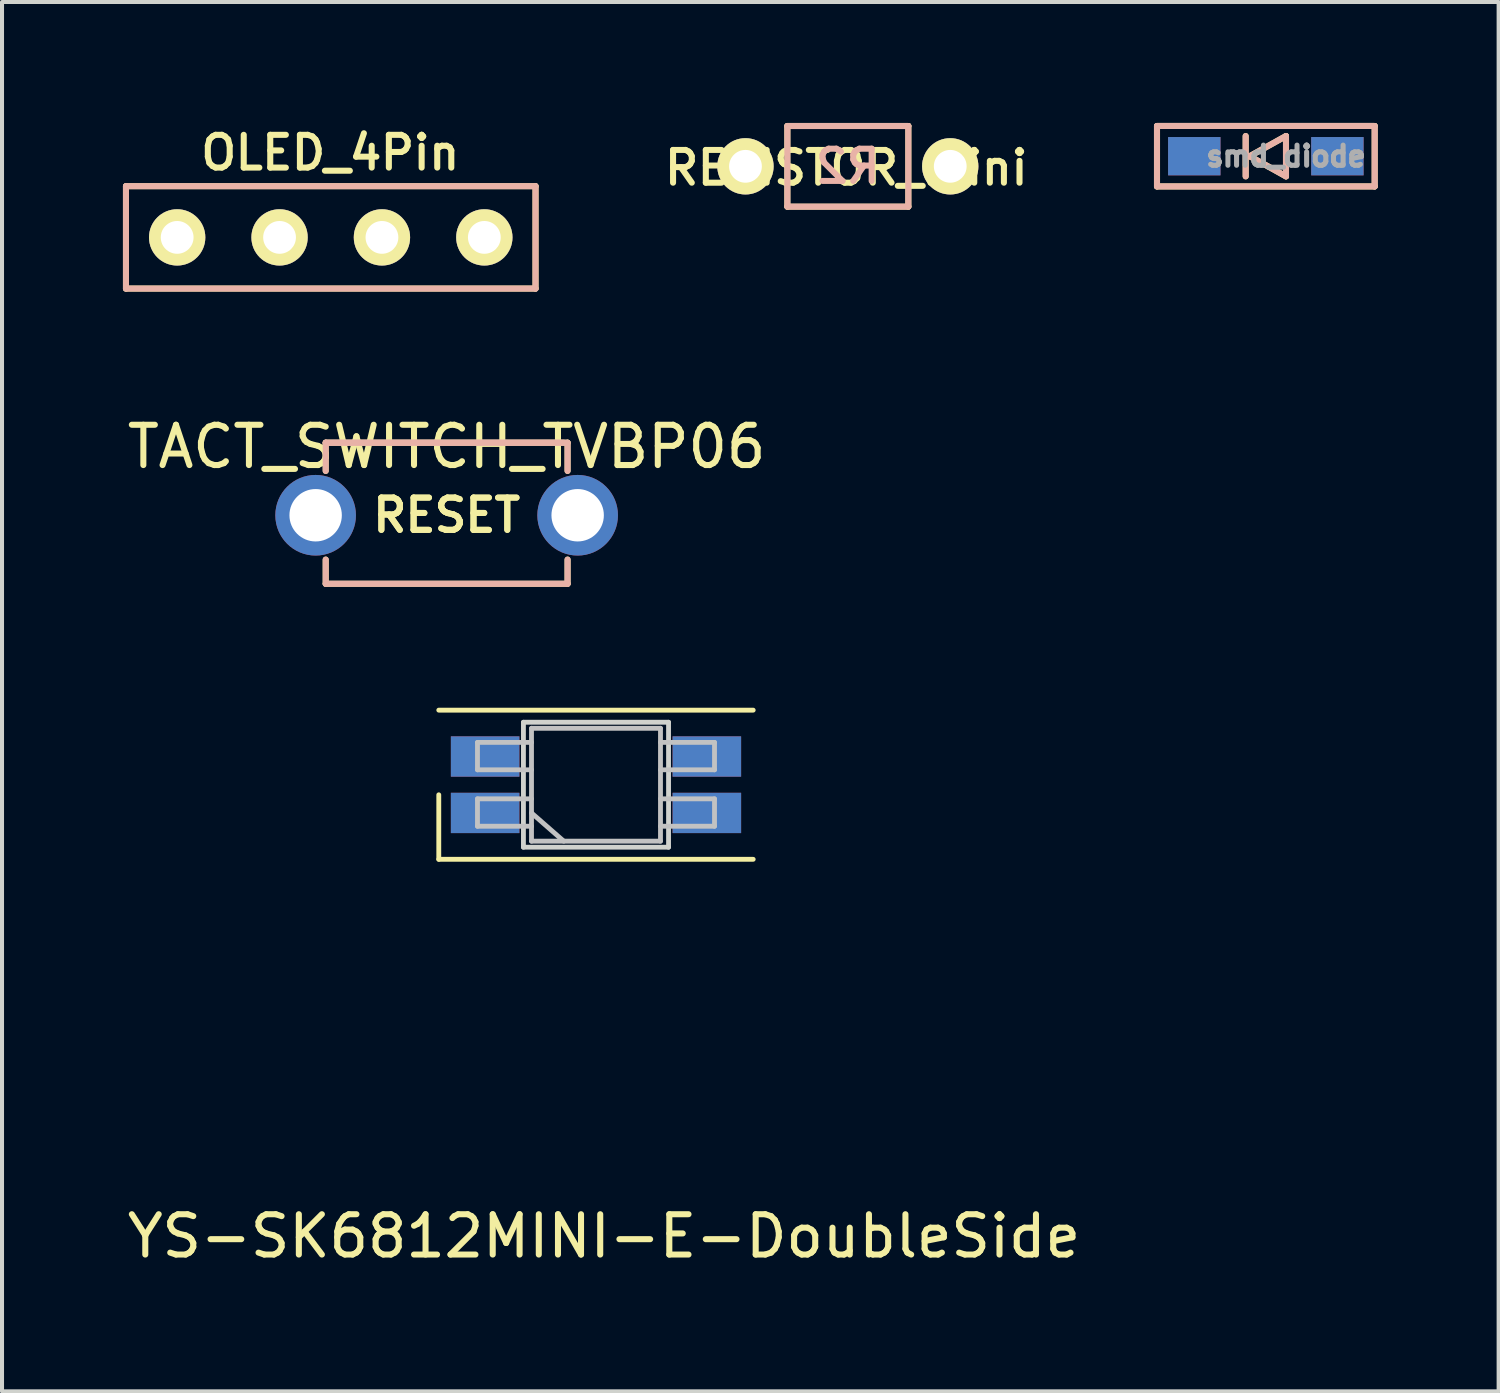
<source format=kicad_pcb>
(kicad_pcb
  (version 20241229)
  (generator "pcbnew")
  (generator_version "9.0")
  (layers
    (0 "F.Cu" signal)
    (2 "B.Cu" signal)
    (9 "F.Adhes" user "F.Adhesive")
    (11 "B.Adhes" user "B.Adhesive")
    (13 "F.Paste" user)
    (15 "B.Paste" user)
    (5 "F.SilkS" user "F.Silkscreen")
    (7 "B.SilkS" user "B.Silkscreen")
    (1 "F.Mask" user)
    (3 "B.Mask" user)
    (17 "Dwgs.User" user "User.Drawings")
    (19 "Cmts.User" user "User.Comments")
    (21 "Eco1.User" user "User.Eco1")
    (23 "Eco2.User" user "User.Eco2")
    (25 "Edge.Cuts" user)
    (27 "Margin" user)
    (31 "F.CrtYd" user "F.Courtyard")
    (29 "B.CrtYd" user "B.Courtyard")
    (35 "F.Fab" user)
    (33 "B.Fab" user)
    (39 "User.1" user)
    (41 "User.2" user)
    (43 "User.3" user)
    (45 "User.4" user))
  (footprint "smd_diode"
    (layer "F.Cu")
    (at 28.352 0.825)
    (property "Reference" "smd_diode" (at 0.5 0 0) (layer "F.Fab") (effects (font (size 0.5 0.5) (thickness 0.125))))
    (attr through_hole)
    (fp_line (start -2.7 -0.75) (end -2.7 0.75) (stroke (width 0.15) (type solid)) (layer "F.SilkS"))
    (fp_line (start -2.7 0.75) (end 2.7 0.75) (stroke (width 0.15) (type solid)) (layer "F.SilkS"))
    (fp_line (start -0.5 -0.5) (end -0.5 0.5) (stroke (width 0.15) (type solid)) (layer "F.SilkS"))
    (fp_line (start -0.4 0) (end 0.5 -0.5) (stroke (width 0.15) (type solid)) (layer "F.SilkS"))
    (fp_line (start 0.5 -0.5) (end 0.5 0.5) (stroke (width 0.15) (type solid)) (layer "F.SilkS"))
    (fp_line (start 0.5 0.5) (end -0.4 0) (stroke (width 0.15) (type solid)) (layer "F.SilkS"))
    (fp_line (start 2.7 -0.75) (end -2.7 -0.75) (stroke (width 0.15) (type solid)) (layer "F.SilkS"))
    (fp_line (start 2.7 -0.75) (end 2.7 0.75) (stroke (width 0.15) (type solid)) (layer "F.SilkS"))
    (fp_line (start -2.7 -0.75) (end -2.7 0.75) (stroke (width 0.15) (type solid)) (layer "B.SilkS"))
    (fp_line (start -2.7 0.75) (end 2.7 0.75) (stroke (width 0.15) (type solid)) (layer "B.SilkS"))
    (fp_line (start -0.5 -0.5) (end -0.5 0.5) (stroke (width 0.15) (type solid)) (layer "B.SilkS"))
    (fp_line (start -0.4 0) (end 0.5 -0.5) (stroke (width 0.15) (type solid)) (layer "B.SilkS"))
    (fp_line (start 0.5 -0.5) (end 0.5 0.5) (stroke (width 0.15) (type solid)) (layer "B.SilkS"))
    (fp_line (start 0.5 0.5) (end -0.4 0) (stroke (width 0.15) (type solid)) (layer "B.SilkS"))
    (fp_line (start 2.7 -0.75) (end -2.7 -0.75) (stroke (width 0.15) (type solid)) (layer "B.SilkS"))
    (fp_line (start 2.7 0.75) (end 2.7 -0.75) (stroke (width 0.15) (type solid)) (layer "B.SilkS"))
    (pad "1" smd rect (at -1.775 0) (size 1.3 0.95) (layers "F.Cu" "F.Mask" "F.Paste"))
    (pad "1" smd rect (at -1.775 0) (size 1.3 0.95) (layers "B.Cu" "B.Mask" "B.Paste"))
    (pad "2" smd rect (at 1.775 0) (size 1.3 0.95) (layers "F.Cu" "F.Mask" "F.Paste"))
    (pad "2" smd rect (at 1.775 0) (size 1.3 0.95) (layers "B.Cu" "B.Mask" "B.Paste")))
  (footprint "RESISTOR_mini"
    (layer "F.Cu")
    (at 17.983 1.076)
    (property "Reference" "RESISTOR_mini" (at -0.039 0.038 180) (layer "F.SilkS") (effects (font (size 0.813 0.813) (thickness 0.15))))
    (attr through_hole)
    (fp_line (start -1.501 -1.001) (end -1.501 1.001) (stroke (width 0.15) (type solid)) (layer "F.SilkS"))
    (fp_line (start -1.501 1.001) (end 1.501 1.001) (stroke (width 0.15) (type solid)) (layer "F.SilkS"))
    (fp_line (start 1.501 -1.001) (end -1.501 -1.001) (stroke (width 0.15) (type solid)) (layer "F.SilkS"))
    (fp_line (start 1.501 1.001) (end 1.501 -1.001) (stroke (width 0.15) (type solid)) (layer "F.SilkS"))
    (fp_line (start -1.5 -1) (end 1.5 -1) (stroke (width 0.15) (type solid)) (layer "B.SilkS"))
    (fp_line (start -1.5 1) (end -1.5 -1) (stroke (width 0.15) (type solid)) (layer "B.SilkS"))
    (fp_line (start 1.5 -1) (end 1.5 1) (stroke (width 0.15) (type solid)) (layer "B.SilkS"))
    (fp_line (start 1.5 1) (end -1.5 1) (stroke (width 0.15) (type solid)) (layer "B.SilkS"))
    (fp_text user "R2" (at 0 0 180) (layer "B.SilkS") (effects (font (size 0.8 0.8) (thickness 0.15)) (justify mirror)))
    (pad "1" thru_hole circle (at -2.54 0) (size 1.397 1.397) (drill 0.813) (layers "*.Cu" "*.Mask" "F.SilkS"))
    (pad "2" thru_hole circle (at 2.54 0) (size 1.397 1.397) (drill 0.813) (layers "*.Cu" "*.Mask" "F.SilkS")))
  (footprint "YS-SK6812MINI-E-DoubleSide"
    (layer "F.Cu")
    (at 11.735 16.417)
    (property "Reference" "YS-SK6812MINI-E-DoubleSide" (at 0.2 11.2 180) (layer "F.SilkS") (effects (font (size 1 1) (thickness 0.15))))
    (attr through_hole)
    (fp_line (start -3.9 0.25) (end -3.9 1.85) (stroke (width 0.12) (type solid)) (layer "F.SilkS"))
    (fp_line (start -3.9 1.85) (end 3.9 1.85) (stroke (width 0.12) (type solid)) (layer "F.SilkS"))
    (fp_line (start 3.9 -1.85) (end -3.9 -1.85) (stroke (width 0.12) (type solid)) (layer "F.SilkS"))
    (fp_line (start -2.94 -1.05) (end -2.94 -0.37) (stroke (width 0.12) (type solid)) (layer "Dwgs.User"))
    (fp_line (start -2.94 -0.37) (end -1.6 -0.37) (stroke (width 0.12) (type solid)) (layer "Dwgs.User"))
    (fp_line (start -2.94 0.35) (end -2.94 1.03) (stroke (width 0.12) (type solid)) (layer "Dwgs.User"))
    (fp_line (start -2.94 1.03) (end -1.6 1.03) (stroke (width 0.12) (type solid)) (layer "Dwgs.User"))
    (fp_line (start -1.6 -1.4) (end -1.6 1.4) (stroke (width 0.12) (type solid)) (layer "Dwgs.User"))
    (fp_line (start -1.6 -1.4) (end 1.6 -1.4) (stroke (width 0.12) (type solid)) (layer "Dwgs.User"))
    (fp_line (start -1.6 -1.05) (end -2.94 -1.05) (stroke (width 0.12) (type solid)) (layer "Dwgs.User"))
    (fp_line (start -1.6 0.35) (end -2.94 0.35) (stroke (width 0.12) (type solid)) (layer "Dwgs.User"))
    (fp_line (start -1.6 0.7) (end -0.8 1.4) (stroke (width 0.12) (type solid)) (layer "Dwgs.User"))
    (fp_line (start -1.6 1.4) (end 1.6 1.4) (stroke (width 0.12) (type solid)) (layer "Dwgs.User"))
    (fp_line (start 1.6 -1.4) (end 1.6 1.4) (stroke (width 0.12) (type solid)) (layer "Dwgs.User"))
    (fp_line (start 1.6 -0.37) (end 2.94 -0.37) (stroke (width 0.12) (type solid)) (layer "Dwgs.User"))
    (fp_line (start 1.6 1.03) (end 2.94 1.03) (stroke (width 0.12) (type solid)) (layer "Dwgs.User"))
    (fp_line (start 2.94 -1.05) (end 1.6 -1.05) (stroke (width 0.12) (type solid)) (layer "Dwgs.User"))
    (fp_line (start 2.94 -0.37) (end 2.94 -1.05) (stroke (width 0.12) (type solid)) (layer "Dwgs.User"))
    (fp_line (start 2.94 0.35) (end 1.6 0.35) (stroke (width 0.12) (type solid)) (layer "Dwgs.User"))
    (fp_line (start 2.94 1.03) (end 2.94 0.35) (stroke (width 0.12) (type solid)) (layer "Dwgs.User"))
    (fp_line (start -1.8 -1.55) (end -1.8 1.55) (stroke (width 0.12) (type solid)) (layer "Edge.Cuts"))
    (fp_line (start -1.8 1.55) (end 1.8 1.55) (stroke (width 0.12) (type solid)) (layer "Edge.Cuts"))
    (fp_line (start 1.8 -1.55) (end -1.8 -1.55) (stroke (width 0.12) (type solid)) (layer "Edge.Cuts"))
    (fp_line (start 1.8 1.55) (end 1.8 -1.55) (stroke (width 0.12) (type solid)) (layer "Edge.Cuts"))
    (pad "1" smd rect (at 2.75 -0.7) (size 1.7 1) (layers "F.Cu" "F.Mask" "F.Paste"))
    (pad "1" smd rect (at 2.75 0.7) (size 1.7 1) (layers "B.Cu" "B.Mask" "B.Paste"))
    (pad "2" smd rect (at 2.75 -0.7) (size 1.7 1) (layers "B.Cu" "B.Mask" "B.Paste"))
    (pad "2" smd rect (at 2.75 0.7) (size 1.7 1) (layers "F.Cu" "F.Mask" "F.Paste"))
    (pad "3" smd rect (at -2.75 -0.7) (size 1.7 1) (layers "B.Cu" "B.Mask" "B.Paste"))
    (pad "3" smd rect (at -2.75 0.7) (size 1.7 1) (layers "F.Cu" "F.Mask" "F.Paste"))
    (pad "4" smd rect (at -2.75 -0.7) (size 1.7 1) (layers "F.Cu" "F.Mask" "F.Paste"))
    (pad "4" smd rect (at -2.75 0.7) (size 1.7 1) (layers "B.Cu" "B.Mask" "B.Paste")))
  (footprint "OLED_4Pin"
    (layer "F.Cu")
    (at 5.145 2.839)
    (property "Reference" "OLED_4Pin" (at 0 -2.1 180) (layer "F.SilkS") (effects (font (size 0.813 0.813) (thickness 0.15))))
    (attr through_hole)
    (fp_line (start -5.07 -1.27) (end 5.09 -1.27) (stroke (width 0.15) (type solid)) (layer "F.SilkS"))
    (fp_line (start -5.07 1.27) (end -5.07 -1.27) (stroke (width 0.15) (type solid)) (layer "F.SilkS"))
    (fp_line (start -5.07 1.27) (end 5.09 1.27) (stroke (width 0.15) (type solid)) (layer "F.SilkS"))
    (fp_line (start 5.09 -1.27) (end 5.09 1.27) (stroke (width 0.15) (type solid)) (layer "F.SilkS"))
    (fp_line (start -5.07 -1.27) (end 5.09 -1.27) (stroke (width 0.15) (type solid)) (layer "B.SilkS"))
    (fp_line (start -5.07 1.27) (end -5.07 -1.27) (stroke (width 0.15) (type solid)) (layer "B.SilkS"))
    (fp_line (start 5.09 -1.27) (end 5.09 1.27) (stroke (width 0.15) (type solid)) (layer "B.SilkS"))
    (fp_line (start 5.09 1.27) (end -5.07 1.27) (stroke (width 0.15) (type solid)) (layer "B.SilkS"))
    (pad "1" thru_hole circle (at -3.8 0) (size 1.397 1.397) (drill 0.813) (layers "*.Cu" "*.Mask" "F.SilkS"))
    (pad "2" thru_hole circle (at -1.26 0) (size 1.397 1.397) (drill 0.813) (layers "*.Cu" "*.Mask" "F.SilkS"))
    (pad "3" thru_hole circle (at 1.28 0) (size 1.397 1.397) (drill 0.813) (layers "*.Cu" "*.Mask" "F.SilkS"))
    (pad "4" thru_hole circle (at 3.82 0) (size 1.397 1.397) (drill 0.813) (layers "*.Cu" "*.Mask" "F.SilkS")))
  (footprint "TACT_SWITCH_TVBP06"
    (layer "F.Cu")
    (at 8.03 9.732)
    (property "Reference" "TACT_SWITCH_TVBP06" (at 0 -1.7 180) (layer "F.SilkS") (effects (font (size 1 1) (thickness 0.15))))
    (attr through_hole)
    (fp_line (start -3 -1.8) (end -3 -1.1) (stroke (width 0.15) (type solid)) (layer "F.SilkS"))
    (fp_line (start -3 1.7) (end -3 1.1) (stroke (width 0.15) (type solid)) (layer "F.SilkS"))
    (fp_line (start -3 1.7) (end 3 1.7) (stroke (width 0.15) (type solid)) (layer "F.SilkS"))
    (fp_line (start 3 -1.8) (end -3 -1.8) (stroke (width 0.15) (type solid)) (layer "F.SilkS"))
    (fp_line (start 3 -1.8) (end 3 -1.1) (stroke (width 0.15) (type solid)) (layer "F.SilkS"))
    (fp_line (start 3 1.7) (end 3 1.1) (stroke (width 0.15) (type solid)) (layer "F.SilkS"))
    (fp_line (start -3 -1.8) (end -3 -1.1) (stroke (width 0.15) (type solid)) (layer "B.SilkS"))
    (fp_line (start -3 -1.8) (end 2.9 -1.8) (stroke (width 0.15) (type solid)) (layer "B.SilkS"))
    (fp_line (start -3 -1.8) (end 3 -1.8) (stroke (width 0.15) (type solid)) (layer "B.SilkS"))
    (fp_line (start -3 1.7) (end -3 1.1) (stroke (width 0.15) (type solid)) (layer "B.SilkS"))
    (fp_line (start 3 -1.8) (end 3 -1.1) (stroke (width 0.15) (type solid)) (layer "B.SilkS"))
    (fp_line (start 3 1.7) (end -3 1.7) (stroke (width 0.15) (type solid)) (layer "B.SilkS"))
    (fp_line (start 3 1.7) (end 3 1.1) (stroke (width 0.15) (type solid)) (layer "B.SilkS"))
    (fp_text user "RESET" (at 0 0 0) (layer "F.SilkS") (effects (font (size 0.8 0.8) (thickness 0.15))))
    (fp_text user "RESET" (at 0 0 0) (layer "F.SilkS") (effects (font (size 0.8 0.8) (thickness 0.15))))
    (pad "1" thru_hole circle (at -3.25 0) (size 2 2) (drill 1.3) (layers "*.Cu" "*.Mask"))
    (pad "2" thru_hole circle (at 3.25 0) (size 2 2) (drill 1.3) (layers "*.Cu" "*.Mask")))
  (gr_rect
    (start -3 -3)
    (end 34.127 31.465)
    (stroke (width 0.1) (type default))
    (fill no)
    (layer "Edge.Cuts")))
</source>
